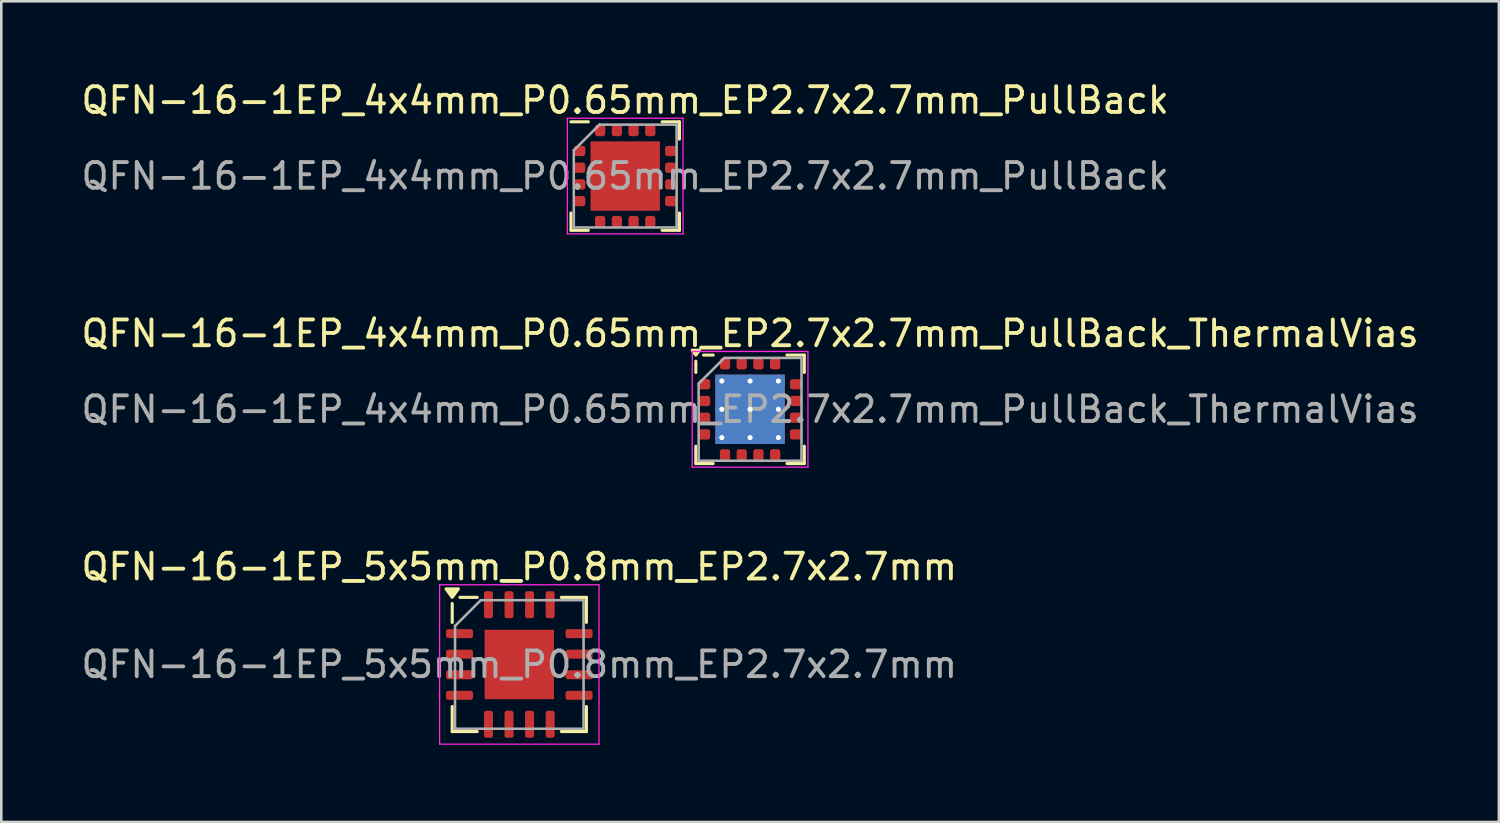
<source format=kicad_pcb>
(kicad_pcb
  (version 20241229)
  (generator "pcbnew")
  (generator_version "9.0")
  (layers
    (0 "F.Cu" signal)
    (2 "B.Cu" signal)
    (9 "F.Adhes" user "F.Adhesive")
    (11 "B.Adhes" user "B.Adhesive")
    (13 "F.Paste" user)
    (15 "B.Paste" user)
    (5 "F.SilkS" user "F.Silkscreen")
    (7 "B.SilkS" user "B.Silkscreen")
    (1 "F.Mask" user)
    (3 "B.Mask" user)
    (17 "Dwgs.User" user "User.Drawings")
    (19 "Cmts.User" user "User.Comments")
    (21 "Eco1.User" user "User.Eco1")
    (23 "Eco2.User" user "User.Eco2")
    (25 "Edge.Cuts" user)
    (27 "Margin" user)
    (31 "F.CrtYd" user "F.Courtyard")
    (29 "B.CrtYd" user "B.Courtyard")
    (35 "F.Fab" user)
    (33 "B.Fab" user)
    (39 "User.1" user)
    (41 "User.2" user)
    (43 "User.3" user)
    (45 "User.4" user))
  (footprint "QFN-16-1EP_4x4mm_P0.65mm_EP2.7x2.7mm_PullBack"
    (layer "F.Cu")
    (at 21.268 3.798)
    (property "Reference" "QFN-16-1EP_4x4mm_P0.65mm_EP2.7x2.7mm_PullBack" (at 0 -2.95 0) (layer "F.SilkS") (effects (font (size 1 1) (thickness 0.15))))
    (attr smd)
    (fp_line (start -2.11 2.11) (end -2.11 1.435) (stroke (width 0.12) (type solid)) (layer "F.SilkS"))
    (fp_line (start -1.435 -2.11) (end -2.11 -2.11) (stroke (width 0.12) (type solid)) (layer "F.SilkS"))
    (fp_line (start -1.435 2.11) (end -2.11 2.11) (stroke (width 0.12) (type solid)) (layer "F.SilkS"))
    (fp_line (start 1.435 -2.11) (end 2.11 -2.11) (stroke (width 0.12) (type solid)) (layer "F.SilkS"))
    (fp_line (start 1.435 2.11) (end 2.11 2.11) (stroke (width 0.12) (type solid)) (layer "F.SilkS"))
    (fp_line (start 2.11 -2.11) (end 2.11 -1.435) (stroke (width 0.12) (type solid)) (layer "F.SilkS"))
    (fp_line (start 2.11 2.11) (end 2.11 1.435) (stroke (width 0.12) (type solid)) (layer "F.SilkS"))
    (fp_line (start -2.25 -2.25) (end -2.25 2.25) (stroke (width 0.05) (type solid)) (layer "F.CrtYd"))
    (fp_line (start -2.25 2.25) (end 2.25 2.25) (stroke (width 0.05) (type solid)) (layer "F.CrtYd"))
    (fp_line (start 2.25 -2.25) (end -2.25 -2.25) (stroke (width 0.05) (type solid)) (layer "F.CrtYd"))
    (fp_line (start 2.25 2.25) (end 2.25 -2.25) (stroke (width 0.05) (type solid)) (layer "F.CrtYd"))
    (fp_line (start -2 -1) (end -1 -2) (stroke (width 0.1) (type solid)) (layer "F.Fab"))
    (fp_line (start -2 2) (end -2 -1) (stroke (width 0.1) (type solid)) (layer "F.Fab"))
    (fp_line (start -1 -2) (end 2 -2) (stroke (width 0.1) (type solid)) (layer "F.Fab"))
    (fp_line (start 2 -2) (end 2 2) (stroke (width 0.1) (type solid)) (layer "F.Fab"))
    (fp_line (start 2 2) (end -2 2) (stroke (width 0.1) (type solid)) (layer "F.Fab"))
    (fp_text user "${REFERENCE}" (at 0 0 0) (layer "F.Fab") (effects (font (size 1 1) (thickness 0.15))))
    (pad "" smd roundrect (at -0.675 -0.675) (size 1.09 1.09) (layers "F.Paste") (roundrect_rratio 0.229))
    (pad "" smd roundrect (at -0.675 0.675) (size 1.09 1.09) (layers "F.Paste") (roundrect_rratio 0.229))
    (pad "" smd roundrect (at 0.675 -0.675) (size 1.09 1.09) (layers "F.Paste") (roundrect_rratio 0.229))
    (pad "" smd roundrect (at 0.675 0.675) (size 1.09 1.09) (layers "F.Paste") (roundrect_rratio 0.229))
    (pad "1" smd roundrect (at -1.775 -0.975) (size 0.45 0.4) (layers "F.Cu" "F.Mask" "F.Paste") (roundrect_rratio 0.25))
    (pad "2" smd roundrect (at -1.775 -0.325) (size 0.45 0.4) (layers "F.Cu" "F.Mask" "F.Paste") (roundrect_rratio 0.25))
    (pad "3" smd roundrect (at -1.775 0.325) (size 0.45 0.4) (layers "F.Cu" "F.Mask" "F.Paste") (roundrect_rratio 0.25))
    (pad "4" smd roundrect (at -1.775 0.975) (size 0.45 0.4) (layers "F.Cu" "F.Mask" "F.Paste") (roundrect_rratio 0.25))
    (pad "5" smd roundrect (at -0.975 1.775) (size 0.4 0.45) (layers "F.Cu" "F.Mask" "F.Paste") (roundrect_rratio 0.25))
    (pad "6" smd roundrect (at -0.325 1.775) (size 0.4 0.45) (layers "F.Cu" "F.Mask" "F.Paste") (roundrect_rratio 0.25))
    (pad "7" smd roundrect (at 0.325 1.775) (size 0.4 0.45) (layers "F.Cu" "F.Mask" "F.Paste") (roundrect_rratio 0.25))
    (pad "8" smd roundrect (at 0.975 1.775) (size 0.4 0.45) (layers "F.Cu" "F.Mask" "F.Paste") (roundrect_rratio 0.25))
    (pad "9" smd roundrect (at 1.775 0.975) (size 0.45 0.4) (layers "F.Cu" "F.Mask" "F.Paste") (roundrect_rratio 0.25))
    (pad "10" smd roundrect (at 1.775 0.325) (size 0.45 0.4) (layers "F.Cu" "F.Mask" "F.Paste") (roundrect_rratio 0.25))
    (pad "11" smd roundrect (at 1.775 -0.325) (size 0.45 0.4) (layers "F.Cu" "F.Mask" "F.Paste") (roundrect_rratio 0.25))
    (pad "12" smd roundrect (at 1.775 -0.975) (size 0.45 0.4) (layers "F.Cu" "F.Mask" "F.Paste") (roundrect_rratio 0.25))
    (pad "13" smd roundrect (at 0.975 -1.775) (size 0.4 0.45) (layers "F.Cu" "F.Mask" "F.Paste") (roundrect_rratio 0.25))
    (pad "14" smd roundrect (at 0.325 -1.775) (size 0.4 0.45) (layers "F.Cu" "F.Mask" "F.Paste") (roundrect_rratio 0.25))
    (pad "15" smd roundrect (at -0.325 -1.775) (size 0.4 0.45) (layers "F.Cu" "F.Mask" "F.Paste") (roundrect_rratio 0.25))
    (pad "16" smd roundrect (at -0.975 -1.775) (size 0.4 0.45) (layers "F.Cu" "F.Mask" "F.Paste") (roundrect_rratio 0.25))
    (pad "17" smd rect (at 0 0) (size 2.7 2.7) (layers "F.Cu" "F.Mask")))
  (footprint "QFN-16-1EP_4x4mm_P0.65mm_EP2.7x2.7mm_PullBack_ThermalVias"
    (layer "F.Cu")
    (at 26.125 12.871)
    (property "Reference" "QFN-16-1EP_4x4mm_P0.65mm_EP2.7x2.7mm_PullBack_ThermalVias" (at 0 -2.95 0) (layer "F.SilkS") (effects (font (size 1 1) (thickness 0.15))))
    (attr smd)
    (fp_line (start -2.11 -1.435) (end -2.11 -1.87) (stroke (width 0.12) (type solid)) (layer "F.SilkS"))
    (fp_line (start -2.11 2.11) (end -2.11 1.435) (stroke (width 0.12) (type solid)) (layer "F.SilkS"))
    (fp_line (start -1.435 -2.11) (end -1.81 -2.11) (stroke (width 0.12) (type solid)) (layer "F.SilkS"))
    (fp_line (start -1.435 2.11) (end -2.11 2.11) (stroke (width 0.12) (type solid)) (layer "F.SilkS"))
    (fp_line (start 1.435 -2.11) (end 2.11 -2.11) (stroke (width 0.12) (type solid)) (layer "F.SilkS"))
    (fp_line (start 1.435 2.11) (end 2.11 2.11) (stroke (width 0.12) (type solid)) (layer "F.SilkS"))
    (fp_line (start 2.11 -2.11) (end 2.11 -1.435) (stroke (width 0.12) (type solid)) (layer "F.SilkS"))
    (fp_line (start 2.11 2.11) (end 2.11 1.435) (stroke (width 0.12) (type solid)) (layer "F.SilkS"))
    (fp_poly (pts (xy -2.11 -2.11) (xy -2.25 -2.3) (xy -1.97 -2.3) (xy -2.11 -2.11)) (stroke (width 0.12) (type solid)) (fill yes) (layer "F.SilkS"))
    (fp_line (start -2.25 -2.25) (end -2.25 2.25) (stroke (width 0.05) (type solid)) (layer "F.CrtYd"))
    (fp_line (start -2.25 2.25) (end 2.25 2.25) (stroke (width 0.05) (type solid)) (layer "F.CrtYd"))
    (fp_line (start 2.25 -2.25) (end -2.25 -2.25) (stroke (width 0.05) (type solid)) (layer "F.CrtYd"))
    (fp_line (start 2.25 2.25) (end 2.25 -2.25) (stroke (width 0.05) (type solid)) (layer "F.CrtYd"))
    (fp_line (start -2 -1) (end -1 -2) (stroke (width 0.1) (type solid)) (layer "F.Fab"))
    (fp_line (start -2 2) (end -2 -1) (stroke (width 0.1) (type solid)) (layer "F.Fab"))
    (fp_line (start -1 -2) (end 2 -2) (stroke (width 0.1) (type solid)) (layer "F.Fab"))
    (fp_line (start 2 -2) (end 2 2) (stroke (width 0.1) (type solid)) (layer "F.Fab"))
    (fp_line (start 2 2) (end -2 2) (stroke (width 0.1) (type solid)) (layer "F.Fab"))
    (fp_text user "${REFERENCE}" (at 0 0 0) (layer "F.Fab") (effects (font (size 1 1) (thickness 0.15))))
    (pad "" smd roundrect (at -0.675 -0.675) (size 1.17 1.17) (layers "F.Paste") (roundrect_rratio 0.214))
    (pad "" smd roundrect (at -0.675 0.675) (size 1.17 1.17) (layers "F.Paste") (roundrect_rratio 0.214))
    (pad "" smd roundrect (at 0.675 -0.675) (size 1.17 1.17) (layers "F.Paste") (roundrect_rratio 0.214))
    (pad "" smd roundrect (at 0.675 0.675) (size 1.17 1.17) (layers "F.Paste") (roundrect_rratio 0.214))
    (pad "1" smd roundrect (at -1.775 -0.975) (size 0.45 0.4) (layers "F.Cu" "F.Mask" "F.Paste") (roundrect_rratio 0.25))
    (pad "2" smd roundrect (at -1.775 -0.325) (size 0.45 0.4) (layers "F.Cu" "F.Mask" "F.Paste") (roundrect_rratio 0.25))
    (pad "3" smd roundrect (at -1.775 0.325) (size 0.45 0.4) (layers "F.Cu" "F.Mask" "F.Paste") (roundrect_rratio 0.25))
    (pad "4" smd roundrect (at -1.775 0.975) (size 0.45 0.4) (layers "F.Cu" "F.Mask" "F.Paste") (roundrect_rratio 0.25))
    (pad "5" smd roundrect (at -0.975 1.775) (size 0.4 0.45) (layers "F.Cu" "F.Mask" "F.Paste") (roundrect_rratio 0.25))
    (pad "6" smd roundrect (at -0.325 1.775) (size 0.4 0.45) (layers "F.Cu" "F.Mask" "F.Paste") (roundrect_rratio 0.25))
    (pad "7" smd roundrect (at 0.325 1.775) (size 0.4 0.45) (layers "F.Cu" "F.Mask" "F.Paste") (roundrect_rratio 0.25))
    (pad "8" smd roundrect (at 0.975 1.775) (size 0.4 0.45) (layers "F.Cu" "F.Mask" "F.Paste") (roundrect_rratio 0.25))
    (pad "9" smd roundrect (at 1.775 0.975) (size 0.45 0.4) (layers "F.Cu" "F.Mask" "F.Paste") (roundrect_rratio 0.25))
    (pad "10" smd roundrect (at 1.775 0.325) (size 0.45 0.4) (layers "F.Cu" "F.Mask" "F.Paste") (roundrect_rratio 0.25))
    (pad "11" smd roundrect (at 1.775 -0.325) (size 0.45 0.4) (layers "F.Cu" "F.Mask" "F.Paste") (roundrect_rratio 0.25))
    (pad "12" smd roundrect (at 1.775 -0.975) (size 0.45 0.4) (layers "F.Cu" "F.Mask" "F.Paste") (roundrect_rratio 0.25))
    (pad "13" smd roundrect (at 0.975 -1.775) (size 0.4 0.45) (layers "F.Cu" "F.Mask" "F.Paste") (roundrect_rratio 0.25))
    (pad "14" smd roundrect (at 0.325 -1.775) (size 0.4 0.45) (layers "F.Cu" "F.Mask" "F.Paste") (roundrect_rratio 0.25))
    (pad "15" smd roundrect (at -0.325 -1.775) (size 0.4 0.45) (layers "F.Cu" "F.Mask" "F.Paste") (roundrect_rratio 0.25))
    (pad "16" smd roundrect (at -0.975 -1.775) (size 0.4 0.45) (layers "F.Cu" "F.Mask" "F.Paste") (roundrect_rratio 0.25))
    (pad "17" thru_hole circle (at -1.1 -1.1) (size 0.5 0.5) (drill 0.2) (property pad_prop_heatsink) (layers "*.Cu"))
    (pad "17" thru_hole circle (at -1.1 0) (size 0.5 0.5) (drill 0.2) (property pad_prop_heatsink) (layers "*.Cu"))
    (pad "17" thru_hole circle (at -1.1 1.1) (size 0.5 0.5) (drill 0.2) (property pad_prop_heatsink) (layers "*.Cu"))
    (pad "17" thru_hole circle (at 0 -1.1) (size 0.5 0.5) (drill 0.2) (property pad_prop_heatsink) (layers "*.Cu"))
    (pad "17" thru_hole circle (at 0 0) (size 0.5 0.5) (drill 0.2) (property pad_prop_heatsink) (layers "*.Cu"))
    (pad "17" smd rect (at 0 0) (size 2.7 2.7) (property pad_prop_heatsink) (layers "F.Cu" "F.Mask"))
    (pad "17" smd rect (at 0 0) (size 2.7 2.7) (property pad_prop_heatsink) (layers "B.Cu"))
    (pad "17" thru_hole circle (at 0 1.1) (size 0.5 0.5) (drill 0.2) (property pad_prop_heatsink) (layers "*.Cu"))
    (pad "17" thru_hole circle (at 1.1 -1.1) (size 0.5 0.5) (drill 0.2) (property pad_prop_heatsink) (layers "*.Cu"))
    (pad "17" thru_hole circle (at 1.1 0) (size 0.5 0.5) (drill 0.2) (property pad_prop_heatsink) (layers "*.Cu"))
    (pad "17" thru_hole circle (at 1.1 1.1) (size 0.5 0.5) (drill 0.2) (property pad_prop_heatsink) (layers "*.Cu")))
  (footprint "QFN-16-1EP_5x5mm_P0.8mm_EP2.7x2.7mm"
    (layer "F.Cu")
    (at 17.149 22.795)
    (property "Reference" "QFN-16-1EP_5x5mm_P0.8mm_EP2.7x2.7mm" (at 0 -3.8 0) (layer "F.SilkS") (effects (font (size 1 1) (thickness 0.15))))
    (attr smd)
    (fp_line (start -2.61 -1.635) (end -2.61 -2.37) (stroke (width 0.12) (type solid)) (layer "F.SilkS"))
    (fp_line (start -2.61 2.61) (end -2.61 1.635) (stroke (width 0.12) (type solid)) (layer "F.SilkS"))
    (fp_line (start -1.635 -2.61) (end -2.31 -2.61) (stroke (width 0.12) (type solid)) (layer "F.SilkS"))
    (fp_line (start -1.635 2.61) (end -2.61 2.61) (stroke (width 0.12) (type solid)) (layer "F.SilkS"))
    (fp_line (start 1.635 -2.61) (end 2.61 -2.61) (stroke (width 0.12) (type solid)) (layer "F.SilkS"))
    (fp_line (start 1.635 2.61) (end 2.61 2.61) (stroke (width 0.12) (type solid)) (layer "F.SilkS"))
    (fp_line (start 2.61 -2.61) (end 2.61 -1.635) (stroke (width 0.12) (type solid)) (layer "F.SilkS"))
    (fp_line (start 2.61 2.61) (end 2.61 1.635) (stroke (width 0.12) (type solid)) (layer "F.SilkS"))
    (fp_poly (pts (xy -2.61 -2.61) (xy -2.85 -2.94) (xy -2.37 -2.94) (xy -2.61 -2.61)) (stroke (width 0.12) (type solid)) (fill yes) (layer "F.SilkS"))
    (fp_line (start -3.1 -3.1) (end -3.1 3.1) (stroke (width 0.05) (type solid)) (layer "F.CrtYd"))
    (fp_line (start -3.1 3.1) (end 3.1 3.1) (stroke (width 0.05) (type solid)) (layer "F.CrtYd"))
    (fp_line (start 3.1 -3.1) (end -3.1 -3.1) (stroke (width 0.05) (type solid)) (layer "F.CrtYd"))
    (fp_line (start 3.1 3.1) (end 3.1 -3.1) (stroke (width 0.05) (type solid)) (layer "F.CrtYd"))
    (fp_line (start -2.5 -1.5) (end -1.5 -2.5) (stroke (width 0.1) (type solid)) (layer "F.Fab"))
    (fp_line (start -2.5 2.5) (end -2.5 -1.5) (stroke (width 0.1) (type solid)) (layer "F.Fab"))
    (fp_line (start -1.5 -2.5) (end 2.5 -2.5) (stroke (width 0.1) (type solid)) (layer "F.Fab"))
    (fp_line (start 2.5 -2.5) (end 2.5 2.5) (stroke (width 0.1) (type solid)) (layer "F.Fab"))
    (fp_line (start 2.5 2.5) (end -2.5 2.5) (stroke (width 0.1) (type solid)) (layer "F.Fab"))
    (fp_text user "${REFERENCE}" (at 0 0 0) (layer "F.Fab") (effects (font (size 1 1) (thickness 0.15))))
    (pad "" smd roundrect (at -0.675 -0.675) (size 1.09 1.09) (layers "F.Paste") (roundrect_rratio 0.229))
    (pad "" smd roundrect (at -0.675 0.675) (size 1.09 1.09) (layers "F.Paste") (roundrect_rratio 0.229))
    (pad "" smd roundrect (at 0.675 -0.675) (size 1.09 1.09) (layers "F.Paste") (roundrect_rratio 0.229))
    (pad "" smd roundrect (at 0.675 0.675) (size 1.09 1.09) (layers "F.Paste") (roundrect_rratio 0.229))
    (pad "1" smd roundrect (at -2.325 -1.2) (size 1.05 0.35) (layers "F.Cu" "F.Mask" "F.Paste") (roundrect_rratio 0.25))
    (pad "2" smd roundrect (at -2.325 -0.4) (size 1.05 0.35) (layers "F.Cu" "F.Mask" "F.Paste") (roundrect_rratio 0.25))
    (pad "3" smd roundrect (at -2.325 0.4) (size 1.05 0.35) (layers "F.Cu" "F.Mask" "F.Paste") (roundrect_rratio 0.25))
    (pad "4" smd roundrect (at -2.325 1.2) (size 1.05 0.35) (layers "F.Cu" "F.Mask" "F.Paste") (roundrect_rratio 0.25))
    (pad "5" smd roundrect (at -1.2 2.325) (size 0.35 1.05) (layers "F.Cu" "F.Mask" "F.Paste") (roundrect_rratio 0.25))
    (pad "6" smd roundrect (at -0.4 2.325) (size 0.35 1.05) (layers "F.Cu" "F.Mask" "F.Paste") (roundrect_rratio 0.25))
    (pad "7" smd roundrect (at 0.4 2.325) (size 0.35 1.05) (layers "F.Cu" "F.Mask" "F.Paste") (roundrect_rratio 0.25))
    (pad "8" smd roundrect (at 1.2 2.325) (size 0.35 1.05) (layers "F.Cu" "F.Mask" "F.Paste") (roundrect_rratio 0.25))
    (pad "9" smd roundrect (at 2.325 1.2) (size 1.05 0.35) (layers "F.Cu" "F.Mask" "F.Paste") (roundrect_rratio 0.25))
    (pad "10" smd roundrect (at 2.325 0.4) (size 1.05 0.35) (layers "F.Cu" "F.Mask" "F.Paste") (roundrect_rratio 0.25))
    (pad "11" smd roundrect (at 2.325 -0.4) (size 1.05 0.35) (layers "F.Cu" "F.Mask" "F.Paste") (roundrect_rratio 0.25))
    (pad "12" smd roundrect (at 2.325 -1.2) (size 1.05 0.35) (layers "F.Cu" "F.Mask" "F.Paste") (roundrect_rratio 0.25))
    (pad "13" smd roundrect (at 1.2 -2.325) (size 0.35 1.05) (layers "F.Cu" "F.Mask" "F.Paste") (roundrect_rratio 0.25))
    (pad "14" smd roundrect (at 0.4 -2.325) (size 0.35 1.05) (layers "F.Cu" "F.Mask" "F.Paste") (roundrect_rratio 0.25))
    (pad "15" smd roundrect (at -0.4 -2.325) (size 0.35 1.05) (layers "F.Cu" "F.Mask" "F.Paste") (roundrect_rratio 0.25))
    (pad "16" smd roundrect (at -1.2 -2.325) (size 0.35 1.05) (layers "F.Cu" "F.Mask" "F.Paste") (roundrect_rratio 0.25))
    (pad "17" smd rect (at 0 0) (size 2.7 2.7) (property pad_prop_heatsink) (layers "F.Cu" "F.Mask")))
  (gr_rect
    (start -3 -3)
    (end 55.25 28.92)
    (stroke (width 0.1) (type default))
    (fill no)
    (layer "Edge.Cuts")))
</source>
